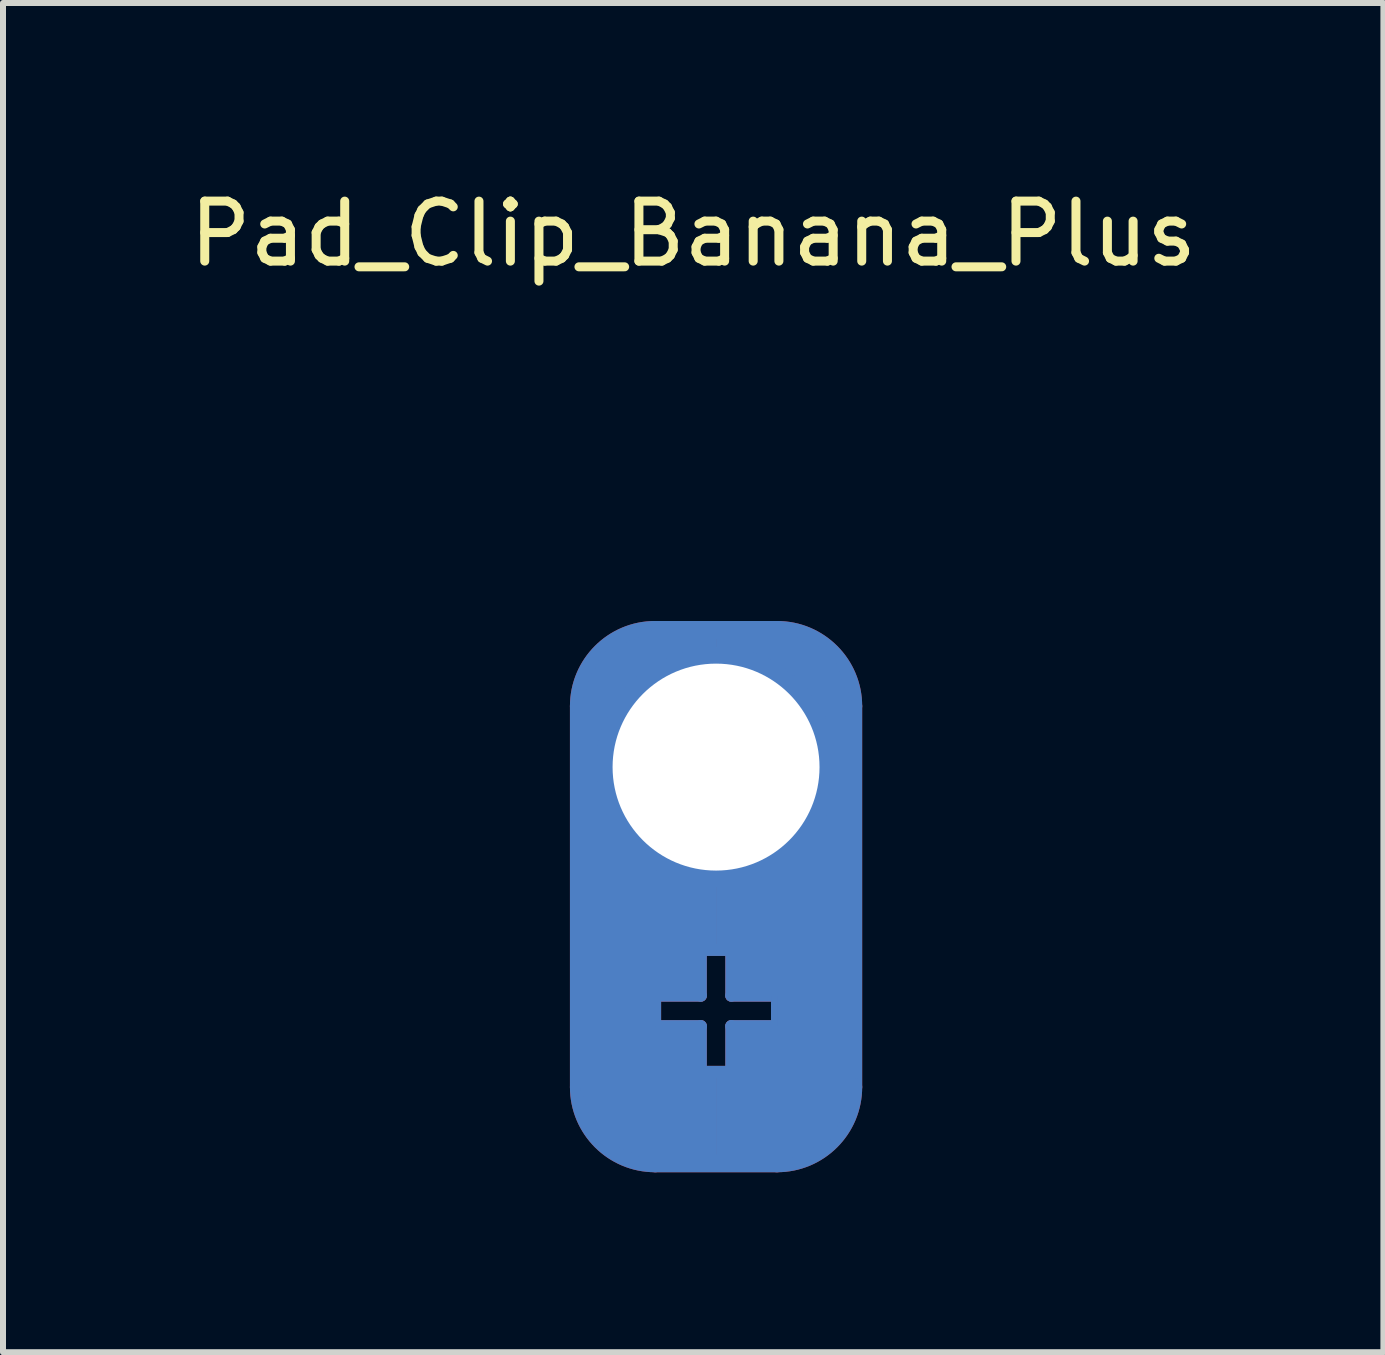
<source format=kicad_pcb>
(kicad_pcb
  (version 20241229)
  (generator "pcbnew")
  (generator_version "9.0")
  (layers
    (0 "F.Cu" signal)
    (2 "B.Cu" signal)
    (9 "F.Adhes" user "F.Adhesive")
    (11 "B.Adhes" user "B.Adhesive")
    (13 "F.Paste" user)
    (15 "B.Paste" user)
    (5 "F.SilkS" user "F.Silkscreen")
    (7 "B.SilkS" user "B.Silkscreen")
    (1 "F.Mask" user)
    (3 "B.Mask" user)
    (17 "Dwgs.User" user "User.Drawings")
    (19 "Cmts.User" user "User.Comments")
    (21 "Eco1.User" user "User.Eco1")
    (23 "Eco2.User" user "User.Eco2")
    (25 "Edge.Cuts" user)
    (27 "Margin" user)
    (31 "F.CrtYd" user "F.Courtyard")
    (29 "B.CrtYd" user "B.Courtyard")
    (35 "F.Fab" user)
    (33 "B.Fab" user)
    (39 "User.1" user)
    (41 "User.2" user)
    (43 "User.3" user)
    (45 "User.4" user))
  (footprint "Pad_Clip_Banana_Plus"
    (layer "F.Cu")
    (at 8.887 9.738)
    (property "Reference" "Pad_Clip_Banana_Plus" (at -0.381 -8.89 0) (unlocked yes) (layer "F.SilkS") (effects (font (size 1 1) (thickness 0.15))))
    (attr through_hole)
    (fp_line (start -2.286 -1.016) (end -2.286 5.334) (stroke (width 0.3) (type default)) (layer "F.Cu"))
    (fp_line (start -1.016 -2.286) (end 1.016 -2.286) (stroke (width 0.3) (type default)) (layer "F.Cu"))
    (fp_line (start -1.016 3.81) (end -1.016 4.318) (stroke (width 0.2) (type default)) (layer "F.Cu"))
    (fp_line (start -1.016 4.318) (end -0.254 4.318) (stroke (width 0.2) (type default)) (layer "F.Cu"))
    (fp_line (start -0.254 3.048) (end -0.254 3.81) (stroke (width 0.2) (type default)) (layer "F.Cu"))
    (fp_line (start -0.254 3.81) (end -1.016 3.81) (stroke (width 0.2) (type default)) (layer "F.Cu"))
    (fp_line (start -0.254 4.318) (end -0.254 5.08) (stroke (width 0.2) (type default)) (layer "F.Cu"))
    (fp_line (start -0.254 5.08) (end 0.254 5.08) (stroke (width 0.2) (type default)) (layer "F.Cu"))
    (fp_line (start 0.254 3.048) (end -0.254 3.048) (stroke (width 0.2) (type default)) (layer "F.Cu"))
    (fp_line (start 0.254 3.048) (end 0.254 3.81) (stroke (width 0.2) (type default)) (layer "F.Cu"))
    (fp_line (start 0.254 3.81) (end 1.016 3.81) (stroke (width 0.2) (type default)) (layer "F.Cu"))
    (fp_line (start 0.254 4.318) (end 1.016 4.318) (stroke (width 0.2) (type default)) (layer "F.Cu"))
    (fp_line (start 0.254 5.08) (end 0.254 4.318) (stroke (width 0.2) (type default)) (layer "F.Cu"))
    (fp_line (start 1.016 3.81) (end 1.016 4.318) (stroke (width 0.2) (type default)) (layer "F.Cu"))
    (fp_line (start 1.016 6.604) (end -1.016 6.604) (stroke (width 0.3) (type default)) (layer "F.Cu"))
    (fp_line (start 2.286 -1.016) (end 2.286 5.334) (stroke (width 0.3) (type default)) (layer "F.Cu"))
    (fp_arc (start -2.286 -1.016) (mid -1.914026 -1.914026) (end -1.016 -2.286) (stroke (width 0.3) (type default)) (layer "F.Cu"))
    (fp_arc (start -1.016 6.604) (mid -1.914026 6.232026) (end -2.286 5.334) (stroke (width 0.3) (type default)) (layer "F.Cu"))
    (fp_arc (start 1.016 -2.286) (mid 1.914026 -1.914026) (end 2.286 -1.016) (stroke (width 0.3) (type default)) (layer "F.Cu"))
    (fp_arc (start 2.286 5.334) (mid 1.914026 6.232026) (end 1.016 6.604) (stroke (width 0.3) (type default)) (layer "F.Cu"))
    (fp_poly (pts (xy -1.016 -2.286) (xy -1.914 -1.914) (xy -2.286 -1.016) (xy -2.286 5.334) (xy -1.914 6.232) (xy -1.016 6.604) (xy 0 6.604) (xy 0 5.08) (xy -0.254 5.08) (xy -0.254 4.318) (xy -1.016 4.318) (xy -1.016 3.81) (xy -0.254 3.81) (xy -0.254 3.048) (xy 0 3.048) (xy 0 1.778) (xy -0.762 1.778) (xy -1.778 0.762) (xy -1.778 -0.762) (xy -0.762 -1.778) (xy 0 -1.778) (xy 0 -2.286)) (stroke (width 0.01) (type solid)) (fill yes) (layer "F.Cu"))
    (fp_poly (pts (xy 1.016 -2.286) (xy 1.914 -1.914) (xy 2.286 -1.016) (xy 2.286 5.334) (xy 1.914 6.232) (xy 1.016 6.604) (xy 0 6.604) (xy 0 5.08) (xy 0.254 5.08) (xy 0.254 4.318) (xy 1.016 4.318) (xy 1.016 3.81) (xy 0.254 3.81) (xy 0.254 3.048) (xy 0 3.048) (xy 0 1.778) (xy 0.762 1.778) (xy 1.778 0.762) (xy 1.778 -0.762) (xy 0.762 -1.778) (xy 0 -1.778) (xy 0 -2.286)) (stroke (width 0.01) (type solid)) (fill yes) (layer "F.Cu"))
    (fp_line (start -2.286 -1.016) (end -2.286 5.334) (stroke (width 0.3) (type default)) (layer "F.Mask"))
    (fp_line (start -1.016 -2.286) (end 1.016 -2.286) (stroke (width 0.3) (type default)) (layer "F.Mask"))
    (fp_line (start -1.016 3.81) (end -1.016 4.318) (stroke (width 0.2) (type default)) (layer "F.Mask"))
    (fp_line (start -1.016 4.318) (end -0.254 4.318) (stroke (width 0.2) (type default)) (layer "F.Mask"))
    (fp_line (start -0.254 3.048) (end -0.254 3.81) (stroke (width 0.2) (type default)) (layer "F.Mask"))
    (fp_line (start -0.254 3.81) (end -1.016 3.81) (stroke (width 0.2) (type default)) (layer "F.Mask"))
    (fp_line (start -0.254 4.318) (end -0.254 5.08) (stroke (width 0.2) (type default)) (layer "F.Mask"))
    (fp_line (start -0.254 5.08) (end 0.254 5.08) (stroke (width 0.2) (type default)) (layer "F.Mask"))
    (fp_line (start 0.254 3.048) (end -0.254 3.048) (stroke (width 0.2) (type default)) (layer "F.Mask"))
    (fp_line (start 0.254 3.048) (end 0.254 3.81) (stroke (width 0.2) (type default)) (layer "F.Mask"))
    (fp_line (start 0.254 3.81) (end 1.016 3.81) (stroke (width 0.2) (type default)) (layer "F.Mask"))
    (fp_line (start 0.254 4.318) (end 1.016 4.318) (stroke (width 0.2) (type default)) (layer "F.Mask"))
    (fp_line (start 0.254 5.08) (end 0.254 4.318) (stroke (width 0.2) (type default)) (layer "F.Mask"))
    (fp_line (start 1.016 3.81) (end 1.016 4.318) (stroke (width 0.2) (type default)) (layer "F.Mask"))
    (fp_line (start 1.016 6.604) (end -1.016 6.604) (stroke (width 0.3) (type default)) (layer "F.Mask"))
    (fp_line (start 2.286 -1.016) (end 2.286 5.334) (stroke (width 0.3) (type default)) (layer "F.Mask"))
    (fp_arc (start -2.286 -1.016) (mid -1.914026 -1.914026) (end -1.016 -2.286) (stroke (width 0.3) (type default)) (layer "F.Mask"))
    (fp_arc (start -1.016 6.604) (mid -1.914026 6.232026) (end -2.286 5.334) (stroke (width 0.3) (type default)) (layer "F.Mask"))
    (fp_arc (start 1.016 -2.286) (mid 1.914026 -1.914026) (end 2.286 -1.016) (stroke (width 0.3) (type default)) (layer "F.Mask"))
    (fp_arc (start 2.286 5.334) (mid 1.914026 6.232026) (end 1.016 6.604) (stroke (width 0.3) (type default)) (layer "F.Mask"))
    (fp_poly (pts (xy -1.016 -2.286) (xy -1.914 -1.914) (xy -2.286 -1.016) (xy -2.286 5.334) (xy -1.914 6.232) (xy -1.016 6.604) (xy 0 6.604) (xy 0 5.08) (xy -0.254 5.08) (xy -0.254 4.318) (xy -1.016 4.318) (xy -1.016 3.81) (xy -0.254 3.81) (xy -0.254 3.048) (xy 0 3.048) (xy 0 1.778) (xy -0.762 1.778) (xy -1.778 0.762) (xy -1.778 -0.762) (xy -0.762 -1.778) (xy 0 -1.778) (xy 0 -2.286)) (stroke (width 0.01) (type solid)) (fill yes) (layer "F.Mask"))
    (fp_poly (pts (xy 1.016 -2.286) (xy 1.914 -1.914) (xy 2.286 -1.016) (xy 2.286 5.334) (xy 1.914 6.232) (xy 1.016 6.604) (xy 0 6.604) (xy 0 5.08) (xy 0.254 5.08) (xy 0.254 4.318) (xy 1.016 4.318) (xy 1.016 3.81) (xy 0.254 3.81) (xy 0.254 3.048) (xy 0 3.048) (xy 0 1.778) (xy 0.762 1.778) (xy 1.778 0.762) (xy 1.778 -0.762) (xy 0.762 -1.778) (xy 0 -1.778) (xy 0 -2.286)) (stroke (width 0.01) (type solid)) (fill yes) (layer "F.Mask"))
    (fp_line (start -2.286 -1.016) (end -2.286 5.334) (stroke (width 0.3) (type default)) (layer "B.Cu"))
    (fp_line (start -1.016 3.81) (end -1.016 4.318) (stroke (width 0.2) (type default)) (layer "B.Cu"))
    (fp_line (start -1.016 6.604) (end 1.016 6.604) (stroke (width 0.3) (type default)) (layer "B.Cu"))
    (fp_line (start -0.254 3.048) (end -0.254 3.81) (stroke (width 0.2) (type default)) (layer "B.Cu"))
    (fp_line (start -0.254 3.048) (end 0.254 3.048) (stroke (width 0.2) (type default)) (layer "B.Cu"))
    (fp_line (start -0.254 3.81) (end -1.016 3.81) (stroke (width 0.2) (type default)) (layer "B.Cu"))
    (fp_line (start -0.254 4.318) (end -1.016 4.318) (stroke (width 0.2) (type default)) (layer "B.Cu"))
    (fp_line (start -0.254 5.08) (end -0.254 4.318) (stroke (width 0.2) (type default)) (layer "B.Cu"))
    (fp_line (start 0.254 3.048) (end 0.254 3.81) (stroke (width 0.2) (type default)) (layer "B.Cu"))
    (fp_line (start 0.254 3.81) (end 1.016 3.81) (stroke (width 0.2) (type default)) (layer "B.Cu"))
    (fp_line (start 0.254 4.318) (end 0.254 5.08) (stroke (width 0.2) (type default)) (layer "B.Cu"))
    (fp_line (start 0.254 5.08) (end -0.254 5.08) (stroke (width 0.2) (type default)) (layer "B.Cu"))
    (fp_line (start 1.016 -2.286) (end -1.016 -2.286) (stroke (width 0.3) (type default)) (layer "B.Cu"))
    (fp_line (start 1.016 3.81) (end 1.016 4.318) (stroke (width 0.2) (type default)) (layer "B.Cu"))
    (fp_line (start 1.016 4.318) (end 0.254 4.318) (stroke (width 0.2) (type default)) (layer "B.Cu"))
    (fp_line (start 2.286 -1.016) (end 2.286 5.334) (stroke (width 0.3) (type default)) (layer "B.Cu"))
    (fp_arc (start -2.286 -1.016) (mid -1.914026 -1.914026) (end -1.016 -2.286) (stroke (width 0.3) (type default)) (layer "B.Cu"))
    (fp_arc (start -1.016 6.604) (mid -1.914026 6.232026) (end -2.286 5.334) (stroke (width 0.3) (type default)) (layer "B.Cu"))
    (fp_arc (start 1.016 -2.286) (mid 1.914026 -1.914026) (end 2.286 -1.016) (stroke (width 0.3) (type default)) (layer "B.Cu"))
    (fp_arc (start 2.286 5.334) (mid 1.914026 6.232026) (end 1.016 6.604) (stroke (width 0.3) (type default)) (layer "B.Cu"))
    (fp_poly (pts (xy -1.016 -2.286) (xy -1.914 -1.914) (xy -2.286 -1.016) (xy -2.286 5.334) (xy -1.914 6.232) (xy -1.016 6.604) (xy 0 6.604) (xy 0 5.08) (xy -0.254 5.08) (xy -0.254 4.318) (xy -1.016 4.318) (xy -1.016 3.81) (xy -0.254 3.81) (xy -0.254 3.048) (xy 0 3.048) (xy 0 1.778) (xy -0.762 1.778) (xy -1.778 0.762) (xy -1.778 -0.762) (xy -0.762 -1.778) (xy 0 -1.778) (xy 0 -2.286)) (stroke (width 0.01) (type solid)) (fill yes) (layer "B.Cu"))
    (fp_poly (pts (xy 1.016 -2.286) (xy 1.914 -1.914) (xy 2.286 -1.016) (xy 2.286 5.334) (xy 1.914 6.232) (xy 1.016 6.604) (xy 0 6.604) (xy 0 5.08) (xy 0.254 5.08) (xy 0.254 4.318) (xy 1.016 4.318) (xy 1.016 3.81) (xy 0.254 3.81) (xy 0.254 3.048) (xy 0 3.048) (xy 0 1.778) (xy 0.762 1.778) (xy 1.778 0.762) (xy 1.778 -0.762) (xy 0.762 -1.778) (xy 0 -1.778) (xy 0 -2.286)) (stroke (width 0.01) (type solid)) (fill yes) (layer "B.Cu"))
    (fp_line (start -2.286 -1.016) (end -2.286 5.334) (stroke (width 0.3) (type default)) (layer "B.Mask"))
    (fp_line (start -1.016 3.81) (end -1.016 4.318) (stroke (width 0.2) (type default)) (layer "B.Mask"))
    (fp_line (start -1.016 6.604) (end 1.016 6.604) (stroke (width 0.3) (type default)) (layer "B.Mask"))
    (fp_line (start -0.254 3.048) (end -0.254 3.81) (stroke (width 0.2) (type default)) (layer "B.Mask"))
    (fp_line (start -0.254 3.048) (end 0.254 3.048) (stroke (width 0.2) (type default)) (layer "B.Mask"))
    (fp_line (start -0.254 3.81) (end -1.016 3.81) (stroke (width 0.2) (type default)) (layer "B.Mask"))
    (fp_line (start -0.254 4.318) (end -1.016 4.318) (stroke (width 0.2) (type default)) (layer "B.Mask"))
    (fp_line (start -0.254 5.08) (end -0.254 4.318) (stroke (width 0.2) (type default)) (layer "B.Mask"))
    (fp_line (start 0.254 3.048) (end 0.254 3.81) (stroke (width 0.2) (type default)) (layer "B.Mask"))
    (fp_line (start 0.254 3.81) (end 1.016 3.81) (stroke (width 0.2) (type default)) (layer "B.Mask"))
    (fp_line (start 0.254 4.318) (end 0.254 5.08) (stroke (width 0.2) (type default)) (layer "B.Mask"))
    (fp_line (start 0.254 5.08) (end -0.254 5.08) (stroke (width 0.2) (type default)) (layer "B.Mask"))
    (fp_line (start 1.016 -2.286) (end -1.016 -2.286) (stroke (width 0.3) (type default)) (layer "B.Mask"))
    (fp_line (start 1.016 3.81) (end 1.016 4.318) (stroke (width 0.2) (type default)) (layer "B.Mask"))
    (fp_line (start 1.016 4.318) (end 0.254 4.318) (stroke (width 0.2) (type default)) (layer "B.Mask"))
    (fp_line (start 2.286 -1.016) (end 2.286 5.334) (stroke (width 0.3) (type default)) (layer "B.Mask"))
    (fp_arc (start -2.286 -1.016) (mid -1.914026 -1.914026) (end -1.016 -2.286) (stroke (width 0.3) (type default)) (layer "B.Mask"))
    (fp_arc (start -1.016 6.604) (mid -1.914026 6.232026) (end -2.286 5.334) (stroke (width 0.3) (type default)) (layer "B.Mask"))
    (fp_arc (start 1.016 -2.286) (mid 1.914026 -1.914026) (end 2.286 -1.016) (stroke (width 0.3) (type default)) (layer "B.Mask"))
    (fp_arc (start 2.286 5.334) (mid 1.914026 6.232026) (end 1.016 6.604) (stroke (width 0.3) (type default)) (layer "B.Mask"))
    (fp_poly (pts (xy -1.016 -2.286) (xy -1.914 -1.914) (xy -2.286 -1.016) (xy -2.286 5.334) (xy -1.914 6.232) (xy -1.016 6.604) (xy 0 6.604) (xy 0 5.08) (xy -0.254 5.08) (xy -0.254 4.318) (xy -1.016 4.318) (xy -1.016 3.81) (xy -0.254 3.81) (xy -0.254 3.048) (xy 0 3.048) (xy 0 1.778) (xy -0.762 1.778) (xy -1.778 0.762) (xy -1.778 -0.762) (xy -0.762 -1.778) (xy 0 -1.778) (xy 0 -2.286)) (stroke (width 0.01) (type solid)) (fill yes) (layer "B.Mask"))
    (fp_poly (pts (xy 1.016 -2.286) (xy 1.914 -1.914) (xy 2.286 -1.016) (xy 2.286 5.334) (xy 1.914 6.232) (xy 1.016 6.604) (xy 0 6.604) (xy 0 5.08) (xy 0.254 5.08) (xy 0.254 4.318) (xy 1.016 4.318) (xy 1.016 3.81) (xy 0.254 3.81) (xy 0.254 3.048) (xy 0 3.048) (xy 0 1.778) (xy 0.762 1.778) (xy 1.778 0.762) (xy 1.778 -0.762) (xy 0.762 -1.778) (xy 0 -1.778) (xy 0 -2.286)) (stroke (width 0.01) (type solid)) (fill yes) (layer "B.Mask"))
    (pad "1" thru_hole circle (at 0 0) (size 4 4) (drill 3.45) (layers "*.Cu" "*.Mask")))
  (gr_rect
    (start -3 -3)
    (end 20.012 19.492)
    (stroke (width 0.1) (type default))
    (fill no)
    (layer "Edge.Cuts")))
</source>
